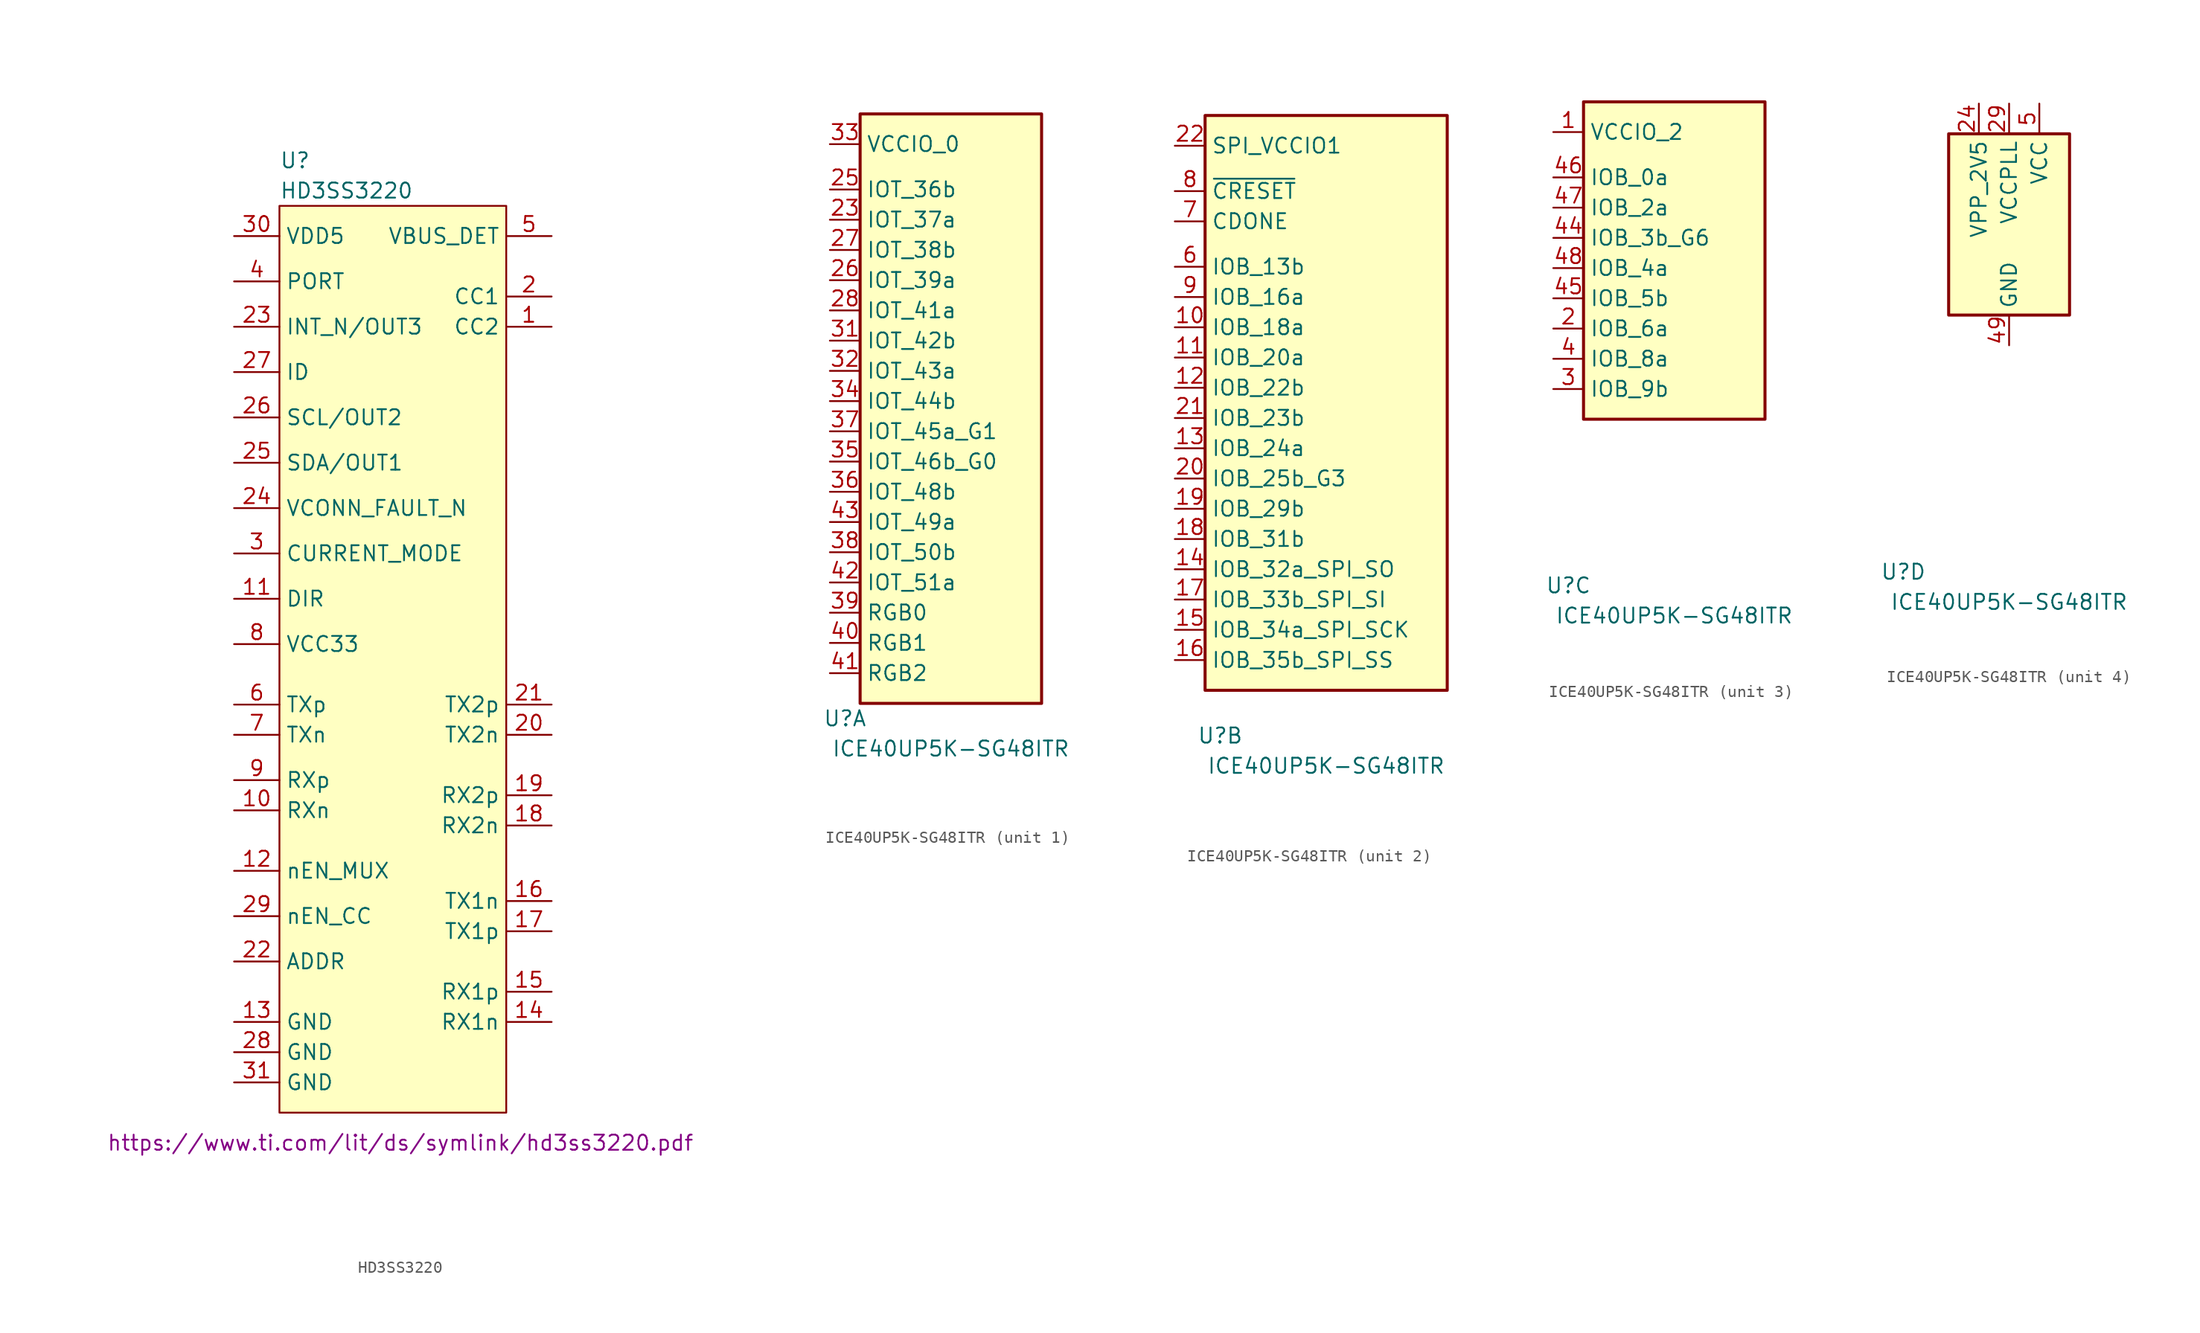
<source format=kicad_sym>
(kicad_symbol_lib
  (version 20211014)
  (generator kicad_symbol_editor)
  (symbol "HD3SS3220"
    (property "Reference" "U"
      (at -10.16 45.72 0)
      (effects (font (size 1.27 1.27)) (justify left)))
    (property "Value" "HD3SS3220"
      (at -10.16 43.18 0)
      (effects (font (size 1.27 1.27)) (justify left)))
    (property "Datasheet" "https://www.ti.com/lit/ds/symlink/hd3ss3220.pdf"
      (at 0 -36.83 0)
      (effects (font (size 1.27 1.27))))
    (symbol "HD3SS3220_0_0"
      (pin bidirectional line (at 12.7 -16.51 180) (length 3.81) (name "TX1n" (effects (font (size 1.27 1.27)))) (number "16" (effects (font (size 1.27 1.27)))))
      (pin bidirectional line (at 12.7 -19.05 180) (length 3.81) (name "TX1p" (effects (font (size 1.27 1.27)))) (number "17" (effects (font (size 1.27 1.27)))))
      (pin bidirectional line (at 12.7 -10.16 180) (length 3.81) (name "RX2n" (effects (font (size 1.27 1.27)))) (number "18" (effects (font (size 1.27 1.27)))))
      (pin bidirectional line (at 12.7 -7.62 180) (length 3.81) (name "RX2p" (effects (font (size 1.27 1.27)))) (number "19" (effects (font (size 1.27 1.27)))))
      (pin bidirectional line (at 12.7 -2.54 180) (length 3.81) (name "TX2n" (effects (font (size 1.27 1.27)))) (number "20" (effects (font (size 1.27 1.27)))))
      (pin bidirectional line (at 12.7 0 180) (length 3.81) (name "TX2p" (effects (font (size 1.27 1.27)))) (number "21" (effects (font (size 1.27 1.27)))))
      (pin bidirectional line (at -13.97 -21.59 0) (length 3.81) (name "ADDR" (effects (font (size 1.27 1.27)))) (number "22" (effects (font (size 1.27 1.27)))))
      (pin bidirectional line (at -13.97 31.75 0) (length 3.81) (name "INT_N/OUT3" (effects (font (size 1.27 1.27)))) (number "23" (effects (font (size 1.27 1.27)))))
      (pin bidirectional line (at -13.97 16.51 0) (length 3.81) (name "VCONN_FAULT_N" (effects (font (size 1.27 1.27)))) (number "24" (effects (font (size 1.27 1.27)))))
      (pin bidirectional line (at -13.97 20.32 0) (length 3.81) (name "SDA/OUT1" (effects (font (size 1.27 1.27)))) (number "25" (effects (font (size 1.27 1.27)))))
      (pin bidirectional line (at -13.97 24.13 0) (length 3.81) (name "SCL/OUT2" (effects (font (size 1.27 1.27)))) (number "26" (effects (font (size 1.27 1.27)))))
      (pin bidirectional line (at -13.97 27.94 0) (length 3.81) (name "ID" (effects (font (size 1.27 1.27)))) (number "27" (effects (font (size 1.27 1.27)))))
      (pin bidirectional line (at -13.97 -17.78 0) (length 3.81) (name "nEN_CC" (effects (font (size 1.27 1.27)))) (number "29" (effects (font (size 1.27 1.27)))))
      (pin input line (at -13.97 39.37 0) (length 3.81) (name "VDD5" (effects (font (size 1.27 1.27)))) (number "30" (effects (font (size 1.27 1.27)))))
      (pin power_in line (at -13.97 -31.75 0) (length 3.81) (name "GND" (effects (font (size 1.27 1.27)))) (number "31" (effects (font (size 1.27 1.27))))))
    (symbol "HD3SS3220_0_1"
      (rectangle (start 8.89 41.91) (end -10.16 -34.29) (stroke (width 0) (type default) (color 0 0 0 0)) (fill (type background))))
    (symbol "HD3SS3220_1_1"
      (pin bidirectional line (at 12.7 31.75 180) (length 3.81) (name "CC2" (effects (font (size 1.27 1.27)))) (number "1" (effects (font (size 1.27 1.27)))))
      (pin bidirectional line (at -13.97 -8.89 0) (length 3.81) (name "RXn" (effects (font (size 1.27 1.27)))) (number "10" (effects (font (size 1.27 1.27)))))
      (pin bidirectional line (at -13.97 8.89 0) (length 3.81) (name "DIR" (effects (font (size 1.27 1.27)))) (number "11" (effects (font (size 1.27 1.27)))))
      (pin bidirectional line (at -13.97 -13.97 0) (length 3.81) (name "nEN_MUX" (effects (font (size 1.27 1.27)))) (number "12" (effects (font (size 1.27 1.27)))))
      (pin power_in line (at -13.97 -26.67 0) (length 3.81) (name "GND" (effects (font (size 1.27 1.27)))) (number "13" (effects (font (size 1.27 1.27)))))
      (pin power_in line (at 12.7 -26.67 180) (length 3.81) (name "RX1n" (effects (font (size 1.27 1.27)))) (number "14" (effects (font (size 1.27 1.27)))))
      (pin power_in line (at 12.7 -24.13 180) (length 3.81) (name "RX1p" (effects (font (size 1.27 1.27)))) (number "15" (effects (font (size 1.27 1.27)))))
      (pin bidirectional line (at 12.7 34.29 180) (length 3.81) (name "CC1" (effects (font (size 1.27 1.27)))) (number "2" (effects (font (size 1.27 1.27)))))
      (pin power_in line (at -13.97 -29.21 0) (length 3.81) (name "GND" (effects (font (size 1.27 1.27)))) (number "28" (effects (font (size 1.27 1.27)))))
      (pin bidirectional line (at -13.97 12.7 0) (length 3.81) (name "CURRENT_MODE" (effects (font (size 1.27 1.27)))) (number "3" (effects (font (size 1.27 1.27)))))
      (pin bidirectional line (at -13.97 35.56 0) (length 3.81) (name "PORT" (effects (font (size 1.27 1.27)))) (number "4" (effects (font (size 1.27 1.27)))))
      (pin bidirectional line (at 12.7 39.37 180) (length 3.81) (name "VBUS_DET" (effects (font (size 1.27 1.27)))) (number "5" (effects (font (size 1.27 1.27)))))
      (pin bidirectional line (at -13.97 0 0) (length 3.81) (name "TXp" (effects (font (size 1.27 1.27)))) (number "6" (effects (font (size 1.27 1.27)))))
      (pin bidirectional line (at -13.97 -2.54 0) (length 3.81) (name "TXn" (effects (font (size 1.27 1.27)))) (number "7" (effects (font (size 1.27 1.27)))))
      (pin power_in line (at -13.97 5.08 0) (length 3.81) (name "VCC33" (effects (font (size 1.27 1.27)))) (number "8" (effects (font (size 1.27 1.27)))))
      (pin bidirectional line (at -13.97 -6.35 0) (length 3.81) (name "RXp" (effects (font (size 1.27 1.27)))) (number "9" (effects (font (size 1.27 1.27)))))))
  (symbol "ICE40UP5K-SG48ITR"
    (property "Reference" "U"
      (at -8.89 -29.21 0)
      (effects (font (size 1.27 1.27))))
    (property "Value" "ICE40UP5K-SG48ITR"
      (at 0 -31.75 0)
      (effects (font (size 1.27 1.27))))
    (property "ki_locked" ""
      (at 0 0 0)
      (effects (font (size 1.27 1.27))))
    (symbol "ICE40UP5K-SG48ITR_1_1"
      (rectangle (start -7.62 21.59) (end 7.62 -27.94) (stroke (width 0.254) (type default) (color 0 0 0 0)) (fill (type background)))
      (pin bidirectional line (at -10.16 12.7 0) (length 2.54) (name "IOT_37a" (effects (font (size 1.27 1.27)))) (number "23" (effects (font (size 1.27 1.27)))))
      (pin bidirectional line (at -10.16 15.24 0) (length 2.54) (name "IOT_36b" (effects (font (size 1.27 1.27)))) (number "25" (effects (font (size 1.27 1.27)))))
      (pin bidirectional line (at -10.16 7.62 0) (length 2.54) (name "IOT_39a" (effects (font (size 1.27 1.27)))) (number "26" (effects (font (size 1.27 1.27)))))
      (pin bidirectional line (at -10.16 10.16 0) (length 2.54) (name "IOT_38b" (effects (font (size 1.27 1.27)))) (number "27" (effects (font (size 1.27 1.27)))))
      (pin bidirectional line (at -10.16 5.08 0) (length 2.54) (name "IOT_41a" (effects (font (size 1.27 1.27)))) (number "28" (effects (font (size 1.27 1.27)))))
      (pin bidirectional line (at -10.16 2.54 0) (length 2.54) (name "IOT_42b" (effects (font (size 1.27 1.27)))) (number "31" (effects (font (size 1.27 1.27)))))
      (pin bidirectional line (at -10.16 0 0) (length 2.54) (name "IOT_43a" (effects (font (size 1.27 1.27)))) (number "32" (effects (font (size 1.27 1.27)))))
      (pin power_in line (at -10.16 19.05 0) (length 2.54) (name "VCCIO_0" (effects (font (size 1.27 1.27)))) (number "33" (effects (font (size 1.27 1.27)))))
      (pin bidirectional line (at -10.16 -2.54 0) (length 2.54) (name "IOT_44b" (effects (font (size 1.27 1.27)))) (number "34" (effects (font (size 1.27 1.27)))))
      (pin bidirectional line (at -10.16 -7.62 0) (length 2.54) (name "IOT_46b_G0" (effects (font (size 1.27 1.27)))) (number "35" (effects (font (size 1.27 1.27)))))
      (pin bidirectional line (at -10.16 -10.16 0) (length 2.54) (name "IOT_48b" (effects (font (size 1.27 1.27)))) (number "36" (effects (font (size 1.27 1.27)))))
      (pin bidirectional line (at -10.16 -5.08 0) (length 2.54) (name "IOT_45a_G1" (effects (font (size 1.27 1.27)))) (number "37" (effects (font (size 1.27 1.27)))))
      (pin bidirectional line (at -10.16 -15.24 0) (length 2.54) (name "IOT_50b" (effects (font (size 1.27 1.27)))) (number "38" (effects (font (size 1.27 1.27)))))
      (pin open_collector line (at -10.16 -20.32 0) (length 2.54) (name "RGB0" (effects (font (size 1.27 1.27)))) (number "39" (effects (font (size 1.27 1.27)))))
      (pin open_collector line (at -10.16 -22.86 0) (length 2.54) (name "RGB1" (effects (font (size 1.27 1.27)))) (number "40" (effects (font (size 1.27 1.27)))))
      (pin open_collector line (at -10.16 -25.4 0) (length 2.54) (name "RGB2" (effects (font (size 1.27 1.27)))) (number "41" (effects (font (size 1.27 1.27)))))
      (pin bidirectional line (at -10.16 -17.78 0) (length 2.54) (name "IOT_51a" (effects (font (size 1.27 1.27)))) (number "42" (effects (font (size 1.27 1.27)))))
      (pin bidirectional line (at -10.16 -12.7 0) (length 2.54) (name "IOT_49a" (effects (font (size 1.27 1.27)))) (number "43" (effects (font (size 1.27 1.27))))))
    (symbol "ICE40UP5K-SG48ITR_2_1"
      (rectangle (start -10.16 22.86) (end 10.16 -25.4) (stroke (width 0.254) (type default) (color 0 0 0 0)) (fill (type background)))
      (pin bidirectional line (at -12.7 5.08 0) (length 2.54) (name "IOB_18a" (effects (font (size 1.27 1.27)))) (number "10" (effects (font (size 1.27 1.27)))))
      (pin bidirectional line (at -12.7 2.54 0) (length 2.54) (name "IOB_20a" (effects (font (size 1.27 1.27)))) (number "11" (effects (font (size 1.27 1.27)))))
      (pin bidirectional line (at -12.7 0 0) (length 2.54) (name "IOB_22b" (effects (font (size 1.27 1.27)))) (number "12" (effects (font (size 1.27 1.27)))))
      (pin bidirectional line (at -12.7 -5.08 0) (length 2.54) (name "IOB_24a" (effects (font (size 1.27 1.27)))) (number "13" (effects (font (size 1.27 1.27)))))
      (pin bidirectional line (at -12.7 -15.24 0) (length 2.54) (name "IOB_32a_SPI_SO" (effects (font (size 1.27 1.27)))) (number "14" (effects (font (size 1.27 1.27)))))
      (pin bidirectional line (at -12.7 -20.32 0) (length 2.54) (name "IOB_34a_SPI_SCK" (effects (font (size 1.27 1.27)))) (number "15" (effects (font (size 1.27 1.27)))))
      (pin bidirectional line (at -12.7 -22.86 0) (length 2.54) (name "IOB_35b_SPI_SS" (effects (font (size 1.27 1.27)))) (number "16" (effects (font (size 1.27 1.27)))))
      (pin bidirectional line (at -12.7 -17.78 0) (length 2.54) (name "IOB_33b_SPI_SI" (effects (font (size 1.27 1.27)))) (number "17" (effects (font (size 1.27 1.27)))))
      (pin bidirectional line (at -12.7 -12.7 0) (length 2.54) (name "IOB_31b" (effects (font (size 1.27 1.27)))) (number "18" (effects (font (size 1.27 1.27)))))
      (pin bidirectional line (at -12.7 -10.16 0) (length 2.54) (name "IOB_29b" (effects (font (size 1.27 1.27)))) (number "19" (effects (font (size 1.27 1.27)))))
      (pin bidirectional line (at -12.7 -7.62 0) (length 2.54) (name "IOB_25b_G3" (effects (font (size 1.27 1.27)))) (number "20" (effects (font (size 1.27 1.27)))))
      (pin bidirectional line (at -12.7 -2.54 0) (length 2.54) (name "IOB_23b" (effects (font (size 1.27 1.27)))) (number "21" (effects (font (size 1.27 1.27)))))
      (pin power_in line (at -12.7 20.32 0) (length 2.54) (name "SPI_VCCIO1" (effects (font (size 1.27 1.27)))) (number "22" (effects (font (size 1.27 1.27)))))
      (pin bidirectional line (at -12.7 10.16 0) (length 2.54) (name "IOB_13b" (effects (font (size 1.27 1.27)))) (number "6" (effects (font (size 1.27 1.27)))))
      (pin open_collector line (at -12.7 13.97 0) (length 2.54) (name "CDONE" (effects (font (size 1.27 1.27)))) (number "7" (effects (font (size 1.27 1.27)))))
      (pin input line (at -12.7 16.51 0) (length 2.54) (name "~{CRESET}" (effects (font (size 1.27 1.27)))) (number "8" (effects (font (size 1.27 1.27)))))
      (pin bidirectional line (at -12.7 7.62 0) (length 2.54) (name "IOB_16a" (effects (font (size 1.27 1.27)))) (number "9" (effects (font (size 1.27 1.27))))))
    (symbol "ICE40UP5K-SG48ITR_3_1"
      (rectangle (start -7.62 11.43) (end 7.62 -15.24) (stroke (width 0.254) (type default) (color 0 0 0 0)) (fill (type background)))
      (pin power_in line (at -10.16 8.89 0) (length 2.54) (name "VCCIO_2" (effects (font (size 1.27 1.27)))) (number "1" (effects (font (size 1.27 1.27)))))
      (pin bidirectional line (at -10.16 -7.62 0) (length 2.54) (name "IOB_6a" (effects (font (size 1.27 1.27)))) (number "2" (effects (font (size 1.27 1.27)))))
      (pin bidirectional line (at -10.16 -12.7 0) (length 2.54) (name "IOB_9b" (effects (font (size 1.27 1.27)))) (number "3" (effects (font (size 1.27 1.27)))))
      (pin bidirectional line (at -10.16 -10.16 0) (length 2.54) (name "IOB_8a" (effects (font (size 1.27 1.27)))) (number "4" (effects (font (size 1.27 1.27)))))
      (pin bidirectional line (at -10.16 0 0) (length 2.54) (name "IOB_3b_G6" (effects (font (size 1.27 1.27)))) (number "44" (effects (font (size 1.27 1.27)))))
      (pin bidirectional line (at -10.16 -5.08 0) (length 2.54) (name "IOB_5b" (effects (font (size 1.27 1.27)))) (number "45" (effects (font (size 1.27 1.27)))))
      (pin bidirectional line (at -10.16 5.08 0) (length 2.54) (name "IOB_0a" (effects (font (size 1.27 1.27)))) (number "46" (effects (font (size 1.27 1.27)))))
      (pin bidirectional line (at -10.16 2.54 0) (length 2.54) (name "IOB_2a" (effects (font (size 1.27 1.27)))) (number "47" (effects (font (size 1.27 1.27)))))
      (pin bidirectional line (at -10.16 -2.54 0) (length 2.54) (name "IOB_4a" (effects (font (size 1.27 1.27)))) (number "48" (effects (font (size 1.27 1.27))))))
    (symbol "ICE40UP5K-SG48ITR_4_1"
      (rectangle (start -5.08 7.62) (end 5.08 -7.62) (stroke (width 0.254) (type default) (color 0 0 0 0)) (fill (type background)))
      (pin power_in line (at -2.54 10.16 270) (length 2.54) (name "VPP_2V5" (effects (font (size 1.27 1.27)))) (number "24" (effects (font (size 1.27 1.27)))))
      (pin power_out line (at 0 10.16 270) (length 2.54) (name "VCCPLL" (effects (font (size 1.27 1.27)))) (number "29" (effects (font (size 1.27 1.27)))))
      (pin passive line (at 2.54 10.16 270) (length 2.54) hide (name "VCC" (effects (font (size 1.27 1.27)))) (number "30" (effects (font (size 1.27 1.27)))))
      (pin power_in line (at 0 -10.16 90) (length 2.54) (name "GND" (effects (font (size 1.27 1.27)))) (number "49" (effects (font (size 1.27 1.27)))))
      (pin power_in line (at 2.54 10.16 270) (length 2.54) (name "VCC" (effects (font (size 1.27 1.27)))) (number "5" (effects (font (size 1.27 1.27))))))))
</source>
